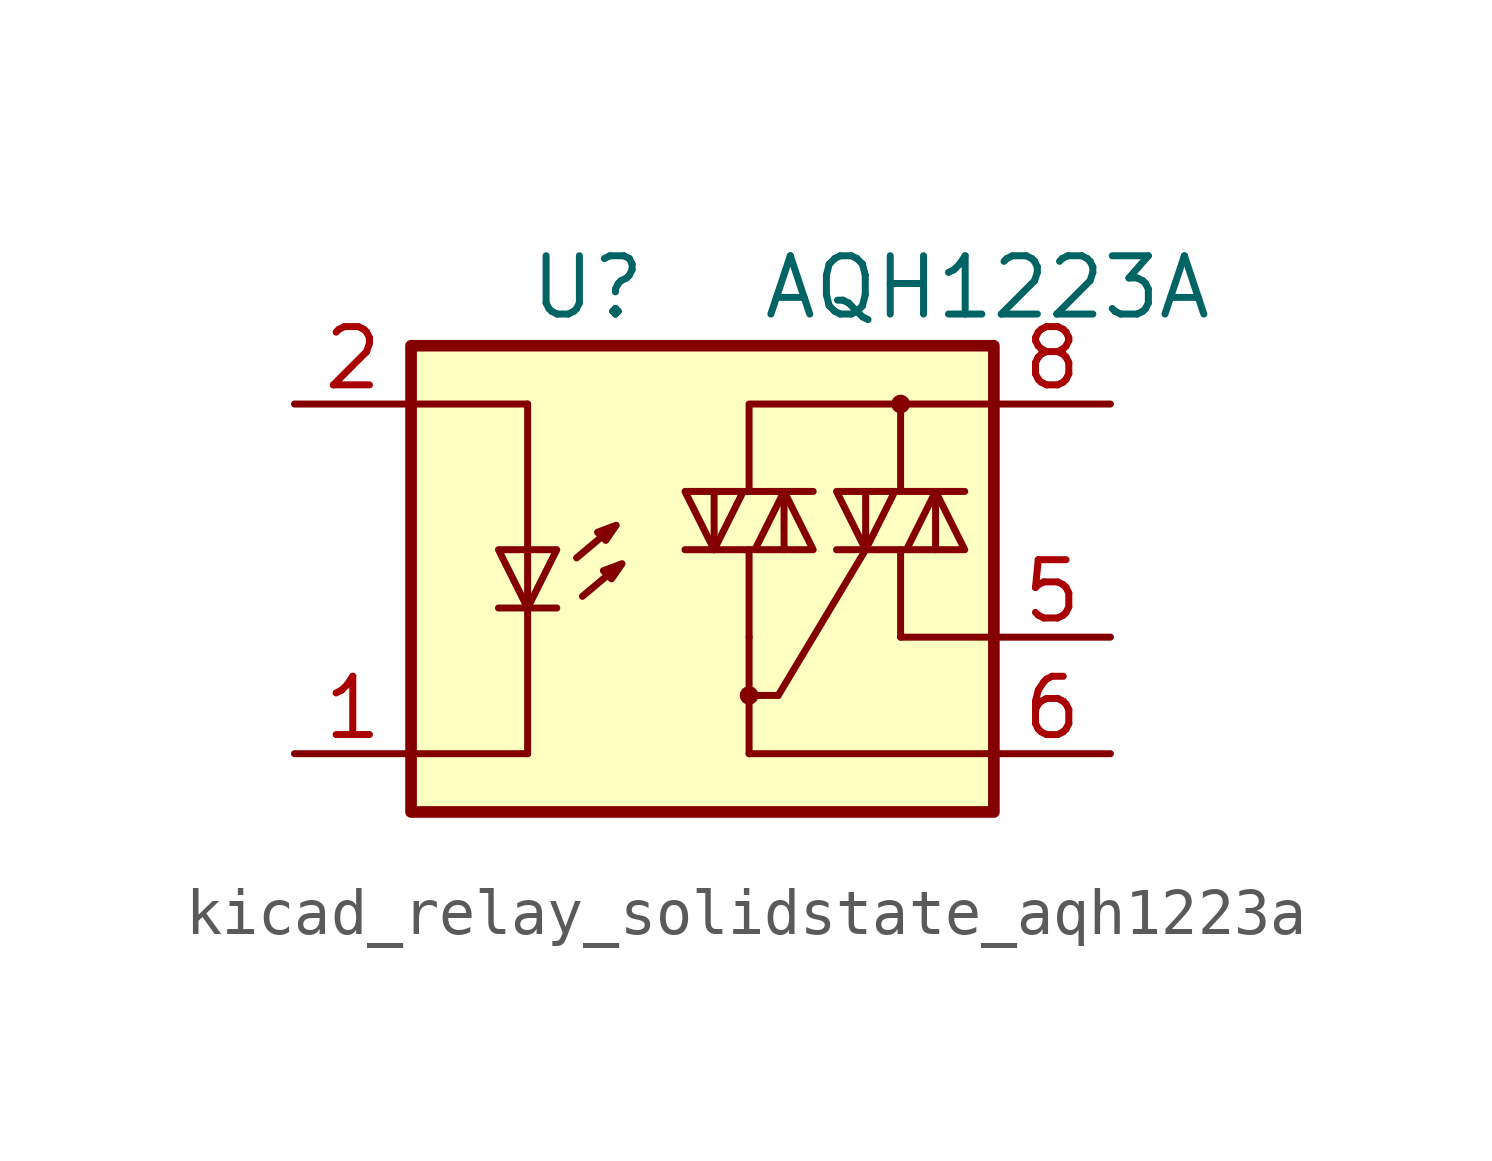
<source format=kicad_sym>
(kicad_symbol_lib
  (version 20220914)
  (generator kicad_symbol_editor)
  (symbol "kicad_relay_solidstate_aqh1223a"
    (property "Reference" "U"
      (at -5.08 5.08 0)
      (effects (font (size 1.27 1.27)) (justify left)))
    (property "Value" "AQH1223A"
      (at 0 5.08 0)
      (effects (font (size 1.27 1.27)) (justify left)))
    (symbol "kicad_relay_solidstate_aqh1223a_1_1"
      (rectangle (start -7.62 3.81) (end 5.08 -6.35) (stroke (width 0.254) (type default)) (fill (type background)))
      (circle (center -0.254 -3.81) (radius 0.127) (stroke (width 0) (type default)) (fill (type none)))
      (polyline (pts (xy -5.715 -1.905) (xy -4.445 -1.905)) (stroke (width 0) (type default)) (fill (type none)))
      (polyline (pts (xy -5.08 -5.08) (xy -7.62 -5.08)) (stroke (width 0) (type default)) (fill (type none)))
      (polyline (pts (xy -5.08 -1.905) (xy -5.08 -5.08)) (stroke (width 0) (type default)) (fill (type none)))
      (polyline (pts (xy -5.08 -0.635) (xy -5.08 -1.905)) (stroke (width 0) (type default)) (fill (type none)))
      (polyline (pts (xy -5.08 -0.635) (xy -5.08 2.54)) (stroke (width 0) (type default)) (fill (type none)))
      (polyline (pts (xy -5.08 2.54) (xy -7.493 2.54)) (stroke (width 0) (type default)) (fill (type none)))
      (polyline (pts (xy -3.378 -0.279) (xy -4.013 -0.813)) (stroke (width 0) (type default)) (fill (type none)))
      (polyline (pts (xy -3.251 -1.118) (xy -3.886 -1.651)) (stroke (width 0) (type default)) (fill (type none)))
      (polyline (pts (xy -1.016 -0.635) (xy -1.016 0.635)) (stroke (width 0) (type default)) (fill (type none)))
      (polyline (pts (xy -0.254 -3.81) (xy 0.381 -3.81)) (stroke (width 0) (type default)) (fill (type none)))
      (polyline (pts (xy -0.254 -2.54) (xy -0.254 -5.08)) (stroke (width 0) (type default)) (fill (type none)))
      (polyline (pts (xy -0.254 -2.54) (xy -0.254 -0.635)) (stroke (width 0) (type default)) (fill (type none)))
      (polyline (pts (xy 0.381 -3.81) (xy 2.286 -0.635)) (stroke (width 0) (type default)) (fill (type none)))
      (polyline (pts (xy 0.508 0.635) (xy 0.508 -0.635)) (stroke (width 0) (type default)) (fill (type none)))
      (polyline (pts (xy 2.286 -0.635) (xy 2.286 0.635)) (stroke (width 0) (type default)) (fill (type none)))
      (polyline (pts (xy 3.048 -2.54) (xy 5.08 -2.54)) (stroke (width 0) (type default)) (fill (type none)))
      (polyline (pts (xy 3.048 -0.635) (xy 3.048 -2.54)) (stroke (width 0) (type default)) (fill (type none)))
      (polyline (pts (xy 3.048 2.54) (xy 3.048 0.635)) (stroke (width 0) (type default)) (fill (type none)))
      (polyline (pts (xy 3.81 0.635) (xy 3.81 -0.635)) (stroke (width 0) (type default)) (fill (type none)))
      (polyline (pts (xy 5.08 -5.08) (xy -0.254 -5.08)) (stroke (width 0) (type default)) (fill (type none)))
      (polyline (pts (xy 5.08 2.54) (xy 3.048 2.54)) (stroke (width 0) (type default)) (fill (type none)))
      (polyline (pts (xy 3.048 2.54) (xy -0.254 2.54) (xy -0.254 0.635)) (stroke (width 0) (type default)) (fill (type none)))
      (polyline (pts (xy -5.08 -1.905) (xy -5.715 -0.635) (xy -4.445 -0.635) (xy -5.08 -1.905)) (stroke (width 0) (type default)) (fill (type none)))
      (polyline (pts (xy -3.556 -0.254) (xy -3.378 -0.432) (xy -3.15 -0.102) (xy -3.556 -0.254)) (stroke (width 0) (type default)) (fill (type none)))
      (polyline (pts (xy -3.429 -1.092) (xy -3.251 -1.27) (xy -3.023 -0.94) (xy -3.429 -1.092)) (stroke (width 0) (type default)) (fill (type none)))
      (polyline (pts (xy -1.651 -0.635) (xy 1.143 -0.635) (xy 0.508 0.635) (xy -0.127 -0.635)) (stroke (width 0) (type default)) (fill (type none)))
      (polyline (pts (xy 1.143 0.635) (xy -1.651 0.635) (xy -1.016 -0.635) (xy -0.381 0.635)) (stroke (width 0) (type default)) (fill (type none)))
      (polyline (pts (xy 1.651 -0.635) (xy 4.445 -0.635) (xy 3.81 0.635) (xy 3.175 -0.635)) (stroke (width 0) (type default)) (fill (type none)))
      (polyline (pts (xy 4.445 0.635) (xy 1.651 0.635) (xy 2.286 -0.635) (xy 2.921 0.635)) (stroke (width 0) (type default)) (fill (type none)))
      (circle (center 3.048 2.54) (radius 0.127) (stroke (width 0) (type default)) (fill (type none)))
      (pin passive line (at -10.16 -5.08 0) (length 2.54) (name "~" (effects (font (size 1.27 1.27)))) (number "1" (effects (font (size 1.27 1.27)))))
      (pin passive line (at -10.16 2.54 0) (length 2.54) (name "~" (effects (font (size 1.27 1.27)))) (number "2" (effects (font (size 1.27 1.27)))))
      (pin passive line (at -10.16 -5.08 0) (length 2.54) hide (name "~" (effects (font (size 1.27 1.27)))) (number "3" (effects (font (size 1.27 1.27)))))
      (pin passive line (at -10.16 -5.08 0) (length 2.54) hide (name "~" (effects (font (size 1.27 1.27)))) (number "4" (effects (font (size 1.27 1.27)))))
      (pin passive line (at 7.62 -2.54 180) (length 2.54) (name "~" (effects (font (size 1.27 1.27)))) (number "5" (effects (font (size 1.27 1.27)))))
      (pin passive line (at 7.62 -5.08 180) (length 2.54) (name "~" (effects (font (size 1.27 1.27)))) (number "6" (effects (font (size 1.27 1.27)))))
      (pin passive line (at 7.62 2.54 180) (length 2.54) (name "~" (effects (font (size 1.27 1.27)))) (number "8" (effects (font (size 1.27 1.27))))))))
</source>
